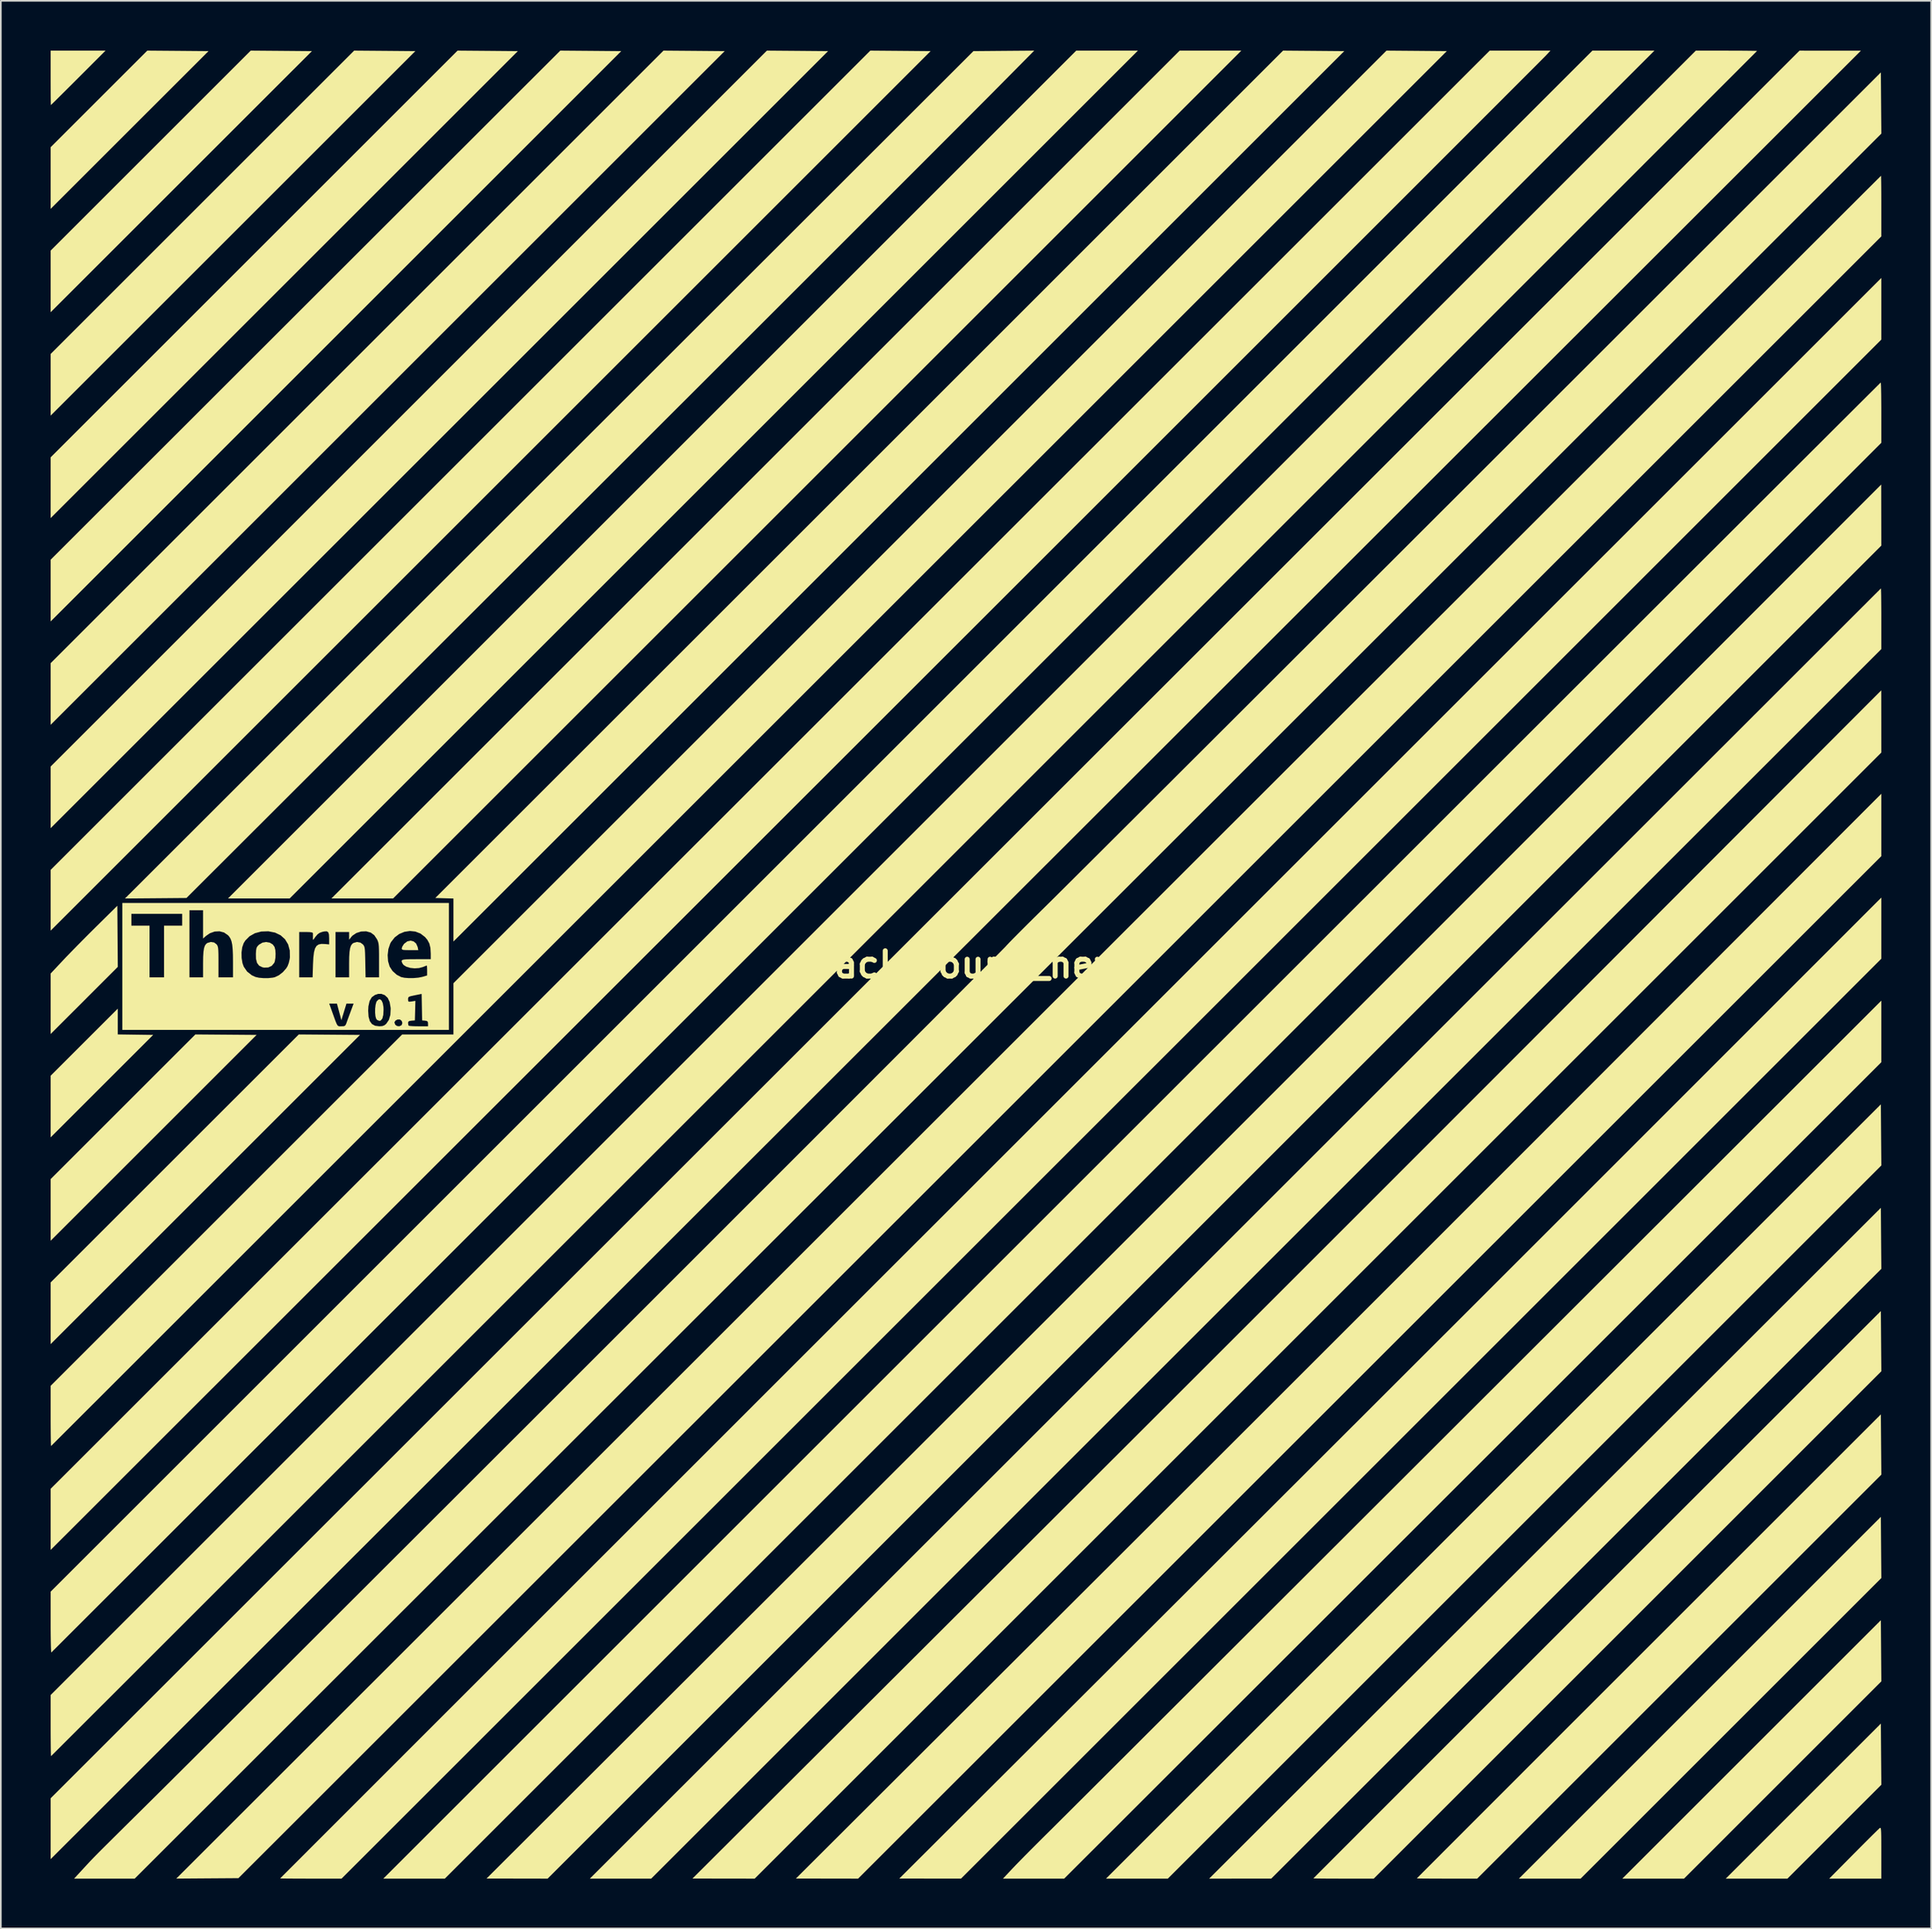
<source format=kicad_pcb>
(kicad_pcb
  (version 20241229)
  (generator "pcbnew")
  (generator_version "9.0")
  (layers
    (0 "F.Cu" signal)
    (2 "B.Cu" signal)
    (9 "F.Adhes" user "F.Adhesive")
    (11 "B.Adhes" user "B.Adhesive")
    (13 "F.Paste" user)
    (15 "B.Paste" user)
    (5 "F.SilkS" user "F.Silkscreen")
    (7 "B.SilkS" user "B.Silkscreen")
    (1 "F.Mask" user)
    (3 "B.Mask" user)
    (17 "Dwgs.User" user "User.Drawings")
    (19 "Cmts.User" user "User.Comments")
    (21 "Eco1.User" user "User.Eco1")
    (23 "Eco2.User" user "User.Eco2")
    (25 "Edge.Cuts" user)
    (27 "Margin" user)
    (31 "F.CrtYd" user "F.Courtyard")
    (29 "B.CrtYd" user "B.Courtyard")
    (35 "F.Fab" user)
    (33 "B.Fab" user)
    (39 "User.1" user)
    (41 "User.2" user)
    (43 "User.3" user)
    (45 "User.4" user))
  (footprint "background_new"
    (layer "F.Cu")
    (at 55.115 55.062)
    (property "Reference" "background_new" (at 0 0 0) (layer "F.SilkS") (effects (font (size 1.524 1.524) (thickness 0.3))))
    (attr board_only exclude_from_pos_files exclude_from_bom)
    (fp_poly (pts (xy -40.722 -3.988) (xy -44.436 -3.988) (xy -18.9 -29.524) (xy 6.637 -55.061) (xy 10.351 -55.061)) (stroke (width 0) (type solid)) (fill yes) (layer "F.SilkS"))
    (fp_poly (pts (xy -16.373 -55.048) (xy -14.53 -55.033) (xy -55.115 -14.448) (xy -55.115 -18.162) (xy -18.215 -55.062)) (stroke (width 0) (type solid)) (fill yes) (layer "F.SilkS"))
    (fp_poly (pts (xy -8.958 -29.524) (xy -34.495 -3.988) (xy -38.209 -3.988) (xy 12.864 -55.061) (xy 16.578 -55.061)) (stroke (width 0) (type solid)) (fill yes) (layer "F.SilkS"))
    (fp_poly (pts (xy -42.715 4.233) (xy -48.915 10.433) (xy -55.115 16.633) (xy -55.115 12.918) (xy -50.758 8.561) (xy -46.401 4.205)) (stroke (width 0) (type solid)) (fill yes) (layer "F.SilkS"))
    (fp_poly (pts (xy -41.226 -55.048) (xy -39.383 -55.033) (xy -47.249 -47.168) (xy -55.115 -39.302) (xy -55.115 -43.016) (xy -43.069 -55.062)) (stroke (width 0) (type solid)) (fill yes) (layer "F.SilkS"))
    (fp_poly (pts (xy -36.488 4.233) (xy -45.802 13.547) (xy -55.115 22.86) (xy -55.115 19.145) (xy -47.645 11.675) (xy -40.174 4.205)) (stroke (width 0) (type solid)) (fill yes) (layer "F.SilkS"))
    (fp_poly (pts (xy -34.999 -55.048) (xy -33.156 -55.033) (xy -55.115 -33.075) (xy -55.115 -36.789) (xy -45.979 -45.926) (xy -36.842 -55.062)) (stroke (width 0) (type solid)) (fill yes) (layer "F.SilkS"))
    (fp_poly (pts (xy -28.799 -55.048) (xy -26.984 -55.033) (xy -55.115 -26.902) (xy -55.115 -30.562) (xy -42.865 -42.812) (xy -30.615 -55.062)) (stroke (width 0) (type solid)) (fill yes) (layer "F.SilkS"))
    (fp_poly (pts (xy -10.146 -55.048) (xy -8.303 -55.033) (xy -31.709 -31.627) (xy -55.115 -8.221) (xy -55.115 -11.935) (xy -11.988 -55.062)) (stroke (width 0) (type solid)) (fill yes) (layer "F.SilkS"))
    (fp_poly (pts (xy -3.946 -55.048) (xy -2.13 -55.033) (xy -55.115 -2.048) (xy -55.115 -5.708) (xy -30.438 -30.385) (xy -5.761 -55.062)) (stroke (width 0) (type solid)) (fill yes) (layer "F.SilkS"))
    (fp_poly (pts (xy 55.102 35.108) (xy 55.117 36.951) (xy 46.062 46.006) (xy 37.008 55.061) (xy 33.293 55.061) (xy 55.088 33.266)) (stroke (width 0) (type solid)) (fill yes) (layer "F.SilkS"))
    (fp_poly (pts (xy 55.102 16.488) (xy 55.117 18.326) (xy 18.381 55.059) (xy 16.512 55.06) (xy 14.642 55.061) (xy 55.088 14.649)) (stroke (width 0) (type solid)) (fill yes) (layer "F.SilkS"))
    (fp_poly (pts (xy 55.117 43.178) (xy 49.176 49.119) (xy 43.235 55.061) (xy 39.52 55.061) (xy 47.304 47.277) (xy 55.088 39.493)) (stroke (width 0) (type solid)) (fill yes) (layer "F.SilkS"))
    (fp_poly (pts (xy -47.453 -55.048) (xy -45.61 -55.033) (xy -50.363 -50.281) (xy -55.115 -45.529) (xy -55.115 -49.244) (xy -52.206 -52.153) (xy -49.296 -55.062)) (stroke (width 0) (type solid)) (fill yes) (layer "F.SilkS"))
    (fp_poly (pts (xy -22.592 -55.048) (xy -20.757 -55.033) (xy -37.936 -37.854) (xy -55.115 -20.675) (xy -55.115 -24.395) (xy -39.771 -39.729) (xy -24.428 -55.062)) (stroke (width 0) (type solid)) (fill yes) (layer "F.SilkS"))
    (fp_poly (pts (xy 55.102 10.257) (xy 55.117 12.098) (xy 33.635 33.579) (xy 12.154 55.061) (xy 8.431 55.061) (xy 31.759 31.738) (xy 55.088 8.416)) (stroke (width 0) (type solid)) (fill yes) (layer "F.SilkS"))
    (fp_poly (pts (xy 55.102 47.562) (xy 55.117 49.405) (xy 52.289 52.233) (xy 49.462 55.061) (xy 45.748 55.061) (xy 50.418 50.39) (xy 55.088 45.72)) (stroke (width 0) (type solid)) (fill yes) (layer "F.SilkS"))
    (fp_poly (pts (xy -51.073 4.204) (xy -50.008 4.219) (xy -48.942 4.233) (xy -52.029 7.319) (xy -55.115 10.405) (xy -55.115 6.691) (xy -53.094 4.67) (xy -51.073 2.65)) (stroke (width 0) (type solid)) (fill yes) (layer "F.SilkS"))
    (fp_poly (pts (xy 20.935 -55.048) (xy 22.778 -55.033) (xy -4.042 -28.213) (xy -30.862 -1.393) (xy -30.862 -3.984) (xy -31.955 -4.015) (xy -6.431 -29.538) (xy 19.092 -55.062)) (stroke (width 0) (type solid)) (fill yes) (layer "F.SilkS"))
    (fp_poly (pts (xy -51.072 0.135) (xy -53.093 2.157) (xy -55.115 4.179) (xy -55.115 0.535) (xy -54.392 -0.237) (xy -54.164 -0.477) (xy -53.875 -0.775) (xy -53.543 -1.115) (xy -53.186 -1.477) (xy -52.82 -1.845) (xy -52.463 -2.2) (xy -52.384 -2.278) (xy -51.1 -3.547)) (stroke (width 0) (type solid)) (fill yes) (layer "F.SilkS"))
    (fp_poly (pts (xy -33.257 -1.398) (xy -33.107 -1.268) (xy -33.017 -1.062) (xy -33.014 -1.051) (xy -32.979 -0.874) (xy -33.477 -0.874) (xy -33.713 -0.876) (xy -33.86 -0.884) (xy -33.939 -0.904) (xy -33.971 -0.939) (xy -33.976 -0.982) (xy -33.941 -1.089) (xy -33.854 -1.225) (xy -33.819 -1.267) (xy -33.637 -1.404) (xy -33.441 -1.446)) (stroke (width 0) (type solid)) (fill yes) (layer "F.SilkS"))
    (fp_poly (pts (xy -53.449 -53.422) (xy -53.797 -53.074) (xy -54.12 -52.752) (xy -54.411 -52.463) (xy -54.661 -52.214) (xy -54.862 -52.015) (xy -55.007 -51.873) (xy -55.088 -51.795) (xy -55.101 -51.783) (xy -55.105 -51.836) (xy -55.108 -51.984) (xy -55.111 -52.215) (xy -55.113 -52.515) (xy -55.114 -52.871) (xy -55.115 -53.269) (xy -55.115 -53.422) (xy -55.115 -55.061) (xy -51.811 -55.061)) (stroke (width 0) (type solid)) (fill yes) (layer "F.SilkS"))
    (fp_poly (pts (xy -35.184 2.169) (xy -35.115 2.328) (xy -35.076 2.558) (xy -35.069 2.709) (xy -35.087 3.03) (xy -35.143 3.249) (xy -35.237 3.365) (xy -35.318 3.387) (xy -35.452 3.337) (xy -35.513 3.264) (xy -35.558 3.111) (xy -35.578 2.895) (xy -35.576 2.653) (xy -35.551 2.427) (xy -35.505 2.254) (xy -35.484 2.213) (xy -35.376 2.102) (xy -35.273 2.091)) (stroke (width 0) (type solid)) (fill yes) (layer "F.SilkS"))
    (fp_poly (pts (xy 55.069 52.008) (xy 55.086 52.05) (xy 55.098 52.136) (xy 55.106 52.279) (xy 55.111 52.49) (xy 55.114 52.779) (xy 55.115 53.157) (xy 55.115 53.503) (xy 55.115 55.061) (xy 51.977 55.061) (xy 53.45 53.572) (xy 53.783 53.237) (xy 54.094 52.924) (xy 54.375 52.644) (xy 54.616 52.404) (xy 54.81 52.214) (xy 54.946 52.082) (xy 55.015 52.018) (xy 55.02 52.014) (xy 55.047 52)) (stroke (width 0) (type solid)) (fill yes) (layer "F.SilkS"))
    (fp_poly (pts (xy -41.921 -1.324) (xy -41.738 -1.212) (xy -41.634 -1.067) (xy -41.588 -0.891) (xy -41.571 -0.657) (xy -41.581 -0.412) (xy -41.617 -0.2) (xy -41.651 -0.108) (xy -41.801 0.072) (xy -42.011 0.17) (xy -42.264 0.179) (xy -42.376 0.155) (xy -42.565 0.061) (xy -42.688 -0.104) (xy -42.751 -0.348) (xy -42.758 -0.648) (xy -42.745 -0.86) (xy -42.721 -0.997) (xy -42.675 -1.092) (xy -42.595 -1.179) (xy -42.563 -1.207) (xy -42.363 -1.326) (xy -42.139 -1.363)) (stroke (width 0) (type solid)) (fill yes) (layer "F.SilkS"))
    (fp_poly (pts (xy 55.115 -6.535) (xy 24.309 24.263) (xy -6.497 55.061) (xy -8.369 55.058) (xy -10.242 55.056) (xy 6.145 38.7) (xy 7.463 37.384) (xy 8.851 35.999) (xy 10.3 34.551) (xy 11.804 33.049) (xy 13.356 31.498) (xy 14.948 29.908) (xy 16.573 28.284) (xy 18.223 26.635) (xy 19.891 24.967) (xy 21.571 23.288) (xy 23.254 21.605) (xy 24.934 19.925) (xy 26.603 18.256) (xy 28.253 16.605) (xy 29.878 14.979) (xy 31.471 13.386) (xy 33.023 11.833) (xy 34.528 10.327) (xy 35.978 8.875) (xy 37.366 7.485) (xy 38.685 6.164) (xy 38.824 6.025) (xy 55.115 -10.293)) (stroke (width 0) (type solid)) (fill yes) (layer "F.SilkS"))
    (fp_poly (pts (xy 55.115 -2.197) (xy 55.115 -0.355) (xy 27.408 27.352) (xy -0.3 55.06) (xy -2.158 55.058) (xy -4.015 55.056) (xy 10.788 40.28) (xy 12.043 39.027) (xy 13.368 37.704) (xy 14.754 36.32) (xy 16.194 34.882) (xy 17.68 33.398) (xy 19.204 31.875) (xy 20.76 30.321) (xy 22.338 28.743) (xy 23.933 27.15) (xy 25.534 25.549) (xy 27.136 23.948) (xy 28.73 22.355) (xy 30.309 20.777) (xy 31.865 19.221) (xy 33.39 17.696) (xy 34.877 16.21) (xy 36.317 14.769) (xy 37.704 13.382) (xy 39.029 12.057) (xy 40.285 10.8) (xy 40.353 10.732) (xy 55.115 -4.039)) (stroke (width 0) (type solid)) (fill yes) (layer "F.SilkS"))
    (fp_poly (pts (xy 55.114 -14.649) (xy 55.115 -12.775) (xy 21.196 21.143) (xy -12.723 55.061) (xy -16.469 55.056) (xy 1.284 37.341) (xy 2.64 35.987) (xy 4.066 34.563) (xy 5.556 33.075) (xy 7.103 31.531) (xy 8.699 29.936) (xy 10.338 28.299) (xy 12.013 26.625) (xy 13.717 24.922) (xy 15.443 23.196) (xy 17.185 21.455) (xy 18.935 19.705) (xy 20.687 17.953) (xy 22.433 16.206) (xy 24.168 14.471) (xy 25.884 12.754) (xy 27.574 11.063) (xy 29.231 9.404) (xy 30.849 7.785) (xy 32.421 6.211) (xy 33.939 4.691) (xy 35.398 3.23) (xy 36.789 1.836) (xy 37.074 1.551) (xy 55.112 -16.524)) (stroke (width 0) (type solid)) (fill yes) (layer "F.SilkS"))
    (fp_poly (pts (xy 55.115 -25.243) (xy 14.963 14.909) (xy -25.19 55.061) (xy -27.029 55.058) (xy -28.869 55.055) (xy -8.166 34.38) (xy -6.715 32.931) (xy -5.193 31.41) (xy -3.606 29.825) (xy -1.961 28.181) (xy -0.263 26.485) (xy 1.48 24.742) (xy 3.263 22.96) (xy 5.08 21.145) (xy 6.923 19.301) (xy 8.788 17.437) (xy 10.667 15.558) (xy 12.555 13.671) (xy 14.444 11.781) (xy 16.33 9.895) (xy 18.205 8.019) (xy 20.064 6.16) (xy 21.9 4.324) (xy 23.707 2.516) (xy 25.478 0.744) (xy 27.208 -0.987) (xy 28.89 -2.671) (xy 30.518 -4.3) (xy 32.085 -5.869) (xy 33.586 -7.372) (xy 33.823 -7.609) (xy 55.109 -28.923)) (stroke (width 0) (type solid)) (fill yes) (layer "F.SilkS"))
    (fp_poly (pts (xy 1.468 -52.393) (xy 1.273 -52.197) (xy 1.004 -51.927) (xy 0.662 -51.584) (xy 0.251 -51.171) (xy -0.228 -50.691) (xy -0.772 -50.146) (xy -1.379 -49.538) (xy -2.045 -48.871) (xy -2.769 -48.146) (xy -3.549 -47.367) (xy -4.381 -46.535) (xy -5.263 -45.652) (xy -6.192 -44.722) (xy -7.167 -43.747) (xy -8.185 -42.73) (xy -9.243 -41.672) (xy -10.339 -40.576) (xy -11.47 -39.445) (xy -12.634 -38.282) (xy -13.829 -37.088) (xy -15.051 -35.866) (xy -16.299 -34.619) (xy -17.571 -33.349) (xy -18.862 -32.058) (xy -20.172 -30.749) (xy -21.497 -29.425) (xy -22.836 -28.088) (xy -24.056 -26.87) (xy -46.937 -4.015) (xy -48.788 -4) (xy -50.639 -3.986) (xy -25.095 -29.51) (xy 0.449 -55.033) (xy 2.28 -55.048) (xy 4.11 -55.062)) (stroke (width 0) (type solid)) (fill yes) (layer "F.SilkS"))
    (fp_poly (pts (xy 55.102 28.909) (xy 55.117 30.724) (xy 42.949 42.892) (xy 30.781 55.061) (xy 28.964 55.061) (xy 28.531 55.06) (xy 28.135 55.059) (xy 27.789 55.057) (xy 27.505 55.055) (xy 27.295 55.052) (xy 27.174 55.048) (xy 27.148 55.046) (xy 27.186 55.006) (xy 27.299 54.893) (xy 27.483 54.707) (xy 27.737 54.452) (xy 28.057 54.131) (xy 28.441 53.747) (xy 28.885 53.301) (xy 29.388 52.798) (xy 29.947 52.238) (xy 30.558 51.626) (xy 31.219 50.965) (xy 31.928 50.255) (xy 32.681 49.502) (xy 33.476 48.706) (xy 34.31 47.871) (xy 35.181 47) (xy 36.085 46.095) (xy 37.021 45.159) (xy 37.985 44.195) (xy 38.974 43.206) (xy 39.986 42.194) (xy 41.019 41.161) (xy 41.118 41.062) (xy 55.088 27.093)) (stroke (width 0) (type solid)) (fill yes) (layer "F.SilkS"))
    (fp_poly (pts (xy 55.102 22.683) (xy 55.117 24.497) (xy 39.835 39.779) (xy 24.553 55.061) (xy 22.737 55.061) (xy 22.304 55.06) (xy 21.908 55.059) (xy 21.562 55.057) (xy 21.277 55.054) (xy 21.068 55.051) (xy 20.947 55.047) (xy 20.921 55.044) (xy 20.959 55.005) (xy 21.072 54.891) (xy 21.257 54.704) (xy 21.513 54.448) (xy 21.835 54.125) (xy 22.223 53.736) (xy 22.673 53.285) (xy 23.184 52.774) (xy 23.751 52.205) (xy 24.374 51.582) (xy 25.05 50.906) (xy 25.776 50.179) (xy 26.549 49.405) (xy 27.368 48.586) (xy 28.23 47.724) (xy 29.132 46.821) (xy 30.072 45.881) (xy 31.047 44.905) (xy 32.056 43.897) (xy 33.095 42.858) (xy 34.162 41.791) (xy 35.254 40.698) (xy 36.37 39.582) (xy 37.507 38.446) (xy 38.004 37.948) (xy 55.088 20.869)) (stroke (width 0) (type solid)) (fill yes) (layer "F.SilkS"))
    (fp_poly (pts (xy 52.037 -55.059) (xy 53.886 -55.058) (xy 13.874 -15.067) (xy 12.028 -13.221) (xy 10.172 -11.366) (xy 8.309 -9.505) (xy 6.442 -7.638) (xy 4.573 -5.771) (xy 2.705 -3.903) (xy 0.839 -2.039) (xy -1.02 -0.181) (xy -2.871 1.67) (xy -4.712 3.51) (xy -6.54 5.336) (xy -8.352 7.148) (xy -10.146 8.941) (xy -11.92 10.714) (xy -13.671 12.463) (xy -15.396 14.187) (xy -17.093 15.884) (xy -18.76 17.55) (xy -20.393 19.182) (xy -21.992 20.78) (xy -23.552 22.34) (xy -25.072 23.859) (xy -26.549 25.335) (xy -27.981 26.766) (xy -29.365 28.15) (xy -30.699 29.483) (xy -31.98 30.763) (xy -33.205 31.988) (xy -34.373 33.155) (xy -35.481 34.262) (xy -36.526 35.306) (xy -37.505 36.285) (xy -38.417 37.197) (xy -39.259 38.038) (xy -40.028 38.807) (xy -40.626 39.405) (xy -55.115 53.886) (xy -55.115 50.219) (xy 50.189 -55.061)) (stroke (width 0) (type solid)) (fill yes) (layer "F.SilkS"))
    (fp_poly (pts (xy 55.115 5.879) (xy 30.514 30.47) (xy 5.912 55.061) (xy 2.227 55.061) (xy 2.83 54.419) (xy 3.013 54.227) (xy 3.261 53.973) (xy 3.558 53.67) (xy 3.892 53.333) (xy 4.249 52.975) (xy 4.614 52.611) (xy 4.898 52.329) (xy 5.02 52.209) (xy 5.217 52.013) (xy 5.486 51.745) (xy 5.826 51.406) (xy 6.235 50.999) (xy 6.709 50.525) (xy 7.248 49.988) (xy 7.848 49.389) (xy 8.508 48.731) (xy 9.225 48.015) (xy 9.997 47.245) (xy 10.821 46.421) (xy 11.696 45.547) (xy 12.62 44.625) (xy 13.59 43.657) (xy 14.603 42.645) (xy 15.658 41.591) (xy 16.753 40.498) (xy 17.884 39.368) (xy 19.051 38.203) (xy 20.25 37.005) (xy 21.48 35.776) (xy 22.738 34.52) (xy 24.022 33.237) (xy 25.33 31.93) (xy 26.66 30.602) (xy 28.009 29.254) (xy 29.375 27.889) (xy 30.739 26.526) (xy 55.115 2.17)) (stroke (width 0) (type solid)) (fill yes) (layer "F.SilkS"))
    (fp_poly (pts (xy 34.926 -54.774) (xy 34.877 -54.724) (xy 34.752 -54.598) (xy 34.552 -54.397) (xy 34.28 -54.124) (xy 33.937 -53.781) (xy 33.524 -53.367) (xy 33.043 -52.885) (xy 32.495 -52.337) (xy 31.883 -51.724) (xy 31.206 -51.048) (xy 30.468 -50.309) (xy 29.67 -49.51) (xy 28.812 -48.652) (xy 27.898 -47.737) (xy 26.927 -46.766) (xy 25.902 -45.741) (xy 24.824 -44.663) (xy 23.695 -43.534) (xy 22.516 -42.355) (xy 21.289 -41.127) (xy 20.016 -39.854) (xy 18.697 -38.535) (xy 17.335 -37.172) (xy 15.93 -35.768) (xy 14.485 -34.323) (xy 13.001 -32.839) (xy 11.479 -31.317) (xy 9.922 -29.76) (xy 8.33 -28.168) (xy 6.705 -26.543) (xy 5.049 -24.887) (xy 3.362 -23.201) (xy 1.648 -21.487) (xy -0.093 -19.746) (xy -1.86 -17.98) (xy -3.65 -16.19) (xy -5.463 -14.378) (xy -7.296 -12.546) (xy -9.148 -10.694) (xy -10.228 -9.614) (xy -55.115 35.259) (xy -55.115 31.576) (xy -11.791 -11.742) (xy 31.533 -55.061) (xy 35.194 -55.061)) (stroke (width 0) (type solid)) (fill yes) (layer "F.SilkS"))
    (fp_poly (pts (xy 55.097 -22.617) (xy 55.102 -22.473) (xy 55.107 -22.245) (xy 55.11 -21.945) (xy 55.113 -21.585) (xy 55.115 -21.178) (xy 55.115 -20.848) (xy 55.115 -19.01) (xy 18.079 18.025) (xy -18.956 55.061) (xy -22.649 55.061) (xy 16.209 16.21) (xy 17.94 14.479) (xy 19.652 12.767) (xy 21.344 11.075) (xy 23.014 9.405) (xy 24.661 7.759) (xy 26.282 6.139) (xy 27.876 4.545) (xy 29.441 2.98) (xy 30.977 1.444) (xy 32.48 -0.059) (xy 33.951 -1.529) (xy 35.386 -2.964) (xy 36.784 -4.362) (xy 38.144 -5.721) (xy 39.464 -7.041) (xy 40.743 -8.319) (xy 41.978 -9.554) (xy 43.168 -10.744) (xy 44.312 -11.888) (xy 45.408 -12.984) (xy 46.454 -14.029) (xy 47.448 -15.024) (xy 48.39 -15.965) (xy 49.277 -16.852) (xy 50.107 -17.682) (xy 50.88 -18.455) (xy 51.593 -19.168) (xy 52.245 -19.819) (xy 52.834 -20.408) (xy 53.359 -20.933) (xy 53.818 -21.391) (xy 54.209 -21.782) (xy 54.53 -22.104) (xy 54.781 -22.354) (xy 54.959 -22.532) (xy 55.063 -22.636) (xy 55.091 -22.664)) (stroke (width 0) (type solid)) (fill yes) (layer "F.SilkS"))
    (fp_poly (pts (xy 55.089 -35.016) (xy 55.097 -34.867) (xy 55.103 -34.634) (xy 55.109 -34.33) (xy 55.112 -33.967) (xy 55.115 -33.559) (xy 55.115 -33.252) (xy 55.115 -31.436) (xy 11.867 11.812) (xy -31.381 55.061) (xy -35.085 55.061) (xy 9.981 9.996) (xy 11.846 8.131) (xy 13.692 6.285) (xy 15.518 4.459) (xy 17.323 2.655) (xy 19.104 0.874) (xy 20.861 -0.882) (xy 22.591 -2.612) (xy 24.294 -4.314) (xy 25.967 -5.987) (xy 27.61 -7.629) (xy 29.22 -9.239) (xy 30.797 -10.815) (xy 32.338 -12.356) (xy 33.843 -13.86) (xy 35.309 -15.325) (xy 36.736 -16.751) (xy 38.121 -18.135) (xy 39.463 -19.476) (xy 40.761 -20.773) (xy 42.012 -22.024) (xy 43.217 -23.228) (xy 44.372 -24.382) (xy 45.478 -25.486) (xy 46.531 -26.538) (xy 47.53 -27.537) (xy 48.475 -28.48) (xy 49.363 -29.367) (xy 50.193 -30.196) (xy 50.964 -30.965) (xy 51.674 -31.674) (xy 52.32 -32.32) (xy 52.903 -32.901) (xy 53.421 -33.417) (xy 53.871 -33.866) (xy 54.252 -34.246) (xy 54.564 -34.556) (xy 54.804 -34.795) (xy 54.97 -34.96) (xy 55.062 -35.05) (xy 55.081 -35.068)) (stroke (width 0) (type solid)) (fill yes) (layer "F.SilkS"))
    (fp_poly (pts (xy -6.79 -6.833) (xy -8.72 -4.903) (xy -10.632 -2.992) (xy -12.523 -1.101) (xy -14.393 0.768) (xy -16.24 2.614) (xy -18.063 4.436) (xy -19.859 6.232) (xy -21.629 8.001) (xy -23.369 9.741) (xy -25.079 11.451) (xy -26.758 13.128) (xy -28.403 14.773) (xy -30.013 16.383) (xy -31.587 17.957) (xy -33.124 19.493) (xy -34.622 20.99) (xy -36.079 22.447) (xy -37.494 23.862) (xy -38.866 25.233) (xy -40.192 26.559) (xy -41.472 27.839) (xy -42.705 29.071) (xy -43.888 30.253) (xy -45.02 31.385) (xy -46.1 32.465) (xy -47.126 33.491) (xy -48.097 34.461) (xy -49.011 35.375) (xy -49.867 36.231) (xy -50.664 37.028) (xy -51.4 37.763) (xy -52.073 38.436) (xy -52.682 39.045) (xy -53.225 39.588) (xy -53.702 40.064) (xy -54.11 40.472) (xy -54.448 40.811) (xy -54.715 41.078) (xy -54.91 41.272) (xy -55.03 41.392) (xy -55.074 41.436) (xy -55.074 41.437) (xy -55.084 41.394) (xy -55.093 41.254) (xy -55.101 41.03) (xy -55.107 40.732) (xy -55.112 40.375) (xy -55.115 39.969) (xy -55.115 39.625) (xy -55.115 37.772) (xy -8.699 -8.644) (xy 37.718 -55.061) (xy 41.453 -55.061)) (stroke (width 0) (type solid)) (fill yes) (layer "F.SilkS"))
    (fp_poly (pts (xy 55.115 -37.653) (xy 8.758 8.704) (xy -37.599 55.061) (xy -39.447 55.061) (xy -39.884 55.06) (xy -40.284 55.059) (xy -40.635 55.057) (xy -40.923 55.055) (xy -41.137 55.052) (xy -41.264 55.049) (xy -41.294 55.047) (xy -41.256 55.008) (xy -41.142 54.893) (xy -40.953 54.704) (xy -40.692 54.442) (xy -40.359 54.109) (xy -39.956 53.706) (xy -39.485 53.234) (xy -38.947 52.696) (xy -38.343 52.092) (xy -37.675 51.423) (xy -36.945 50.693) (xy -36.153 49.901) (xy -35.302 49.049) (xy -34.392 48.139) (xy -33.426 47.172) (xy -32.405 46.151) (xy -31.329 45.075) (xy -30.201 43.947) (xy -29.023 42.768) (xy -27.795 41.54) (xy -26.518 40.263) (xy -25.196 38.94) (xy -23.828 37.573) (xy -22.417 36.161) (xy -20.964 34.708) (xy -19.47 33.214) (xy -17.936 31.68) (xy -16.365 30.109) (xy -14.758 28.502) (xy -13.116 26.86) (xy -11.441 25.184) (xy -9.734 23.477) (xy -7.996 21.74) (xy -6.23 19.973) (xy -4.436 18.179) (xy -2.615 16.359) (xy -0.771 14.515) (xy 1.097 12.647) (xy 2.986 10.758) (xy 4.896 8.848) (xy 6.824 6.92) (xy 6.911 6.833) (xy 55.115 -41.367)) (stroke (width 0) (type solid)) (fill yes) (layer "F.SilkS"))
    (fp_poly (pts (xy 27.136 -55.048) (xy 28.952 -55.033) (xy -13.057 -13.028) (xy -14.857 -11.228) (xy -16.639 -9.446) (xy -18.4 -7.685) (xy -20.139 -5.946) (xy -21.855 -4.23) (xy -23.547 -2.539) (xy -25.211 -0.874) (xy -26.847 0.762) (xy -28.454 2.368) (xy -30.03 3.944) (xy -31.572 5.486) (xy -33.081 6.995) (xy -34.553 8.467) (xy -35.988 9.901) (xy -37.384 11.297) (xy -38.739 12.652) (xy -40.052 13.965) (xy -41.321 15.233) (xy -42.544 16.457) (xy -43.721 17.634) (xy -44.849 18.762) (xy -45.927 19.84) (xy -46.954 20.866) (xy -47.927 21.839) (xy -48.846 22.757) (xy -49.708 23.619) (xy -50.512 24.424) (xy -51.257 25.168) (xy -51.94 25.852) (xy -52.561 26.472) (xy -53.118 27.029) (xy -53.609 27.52) (xy -54.033 27.944) (xy -54.388 28.298) (xy -54.672 28.582) (xy -54.884 28.795) (xy -55.023 28.933) (xy -55.086 28.996) (xy -55.09 29.001) (xy -55.096 28.954) (xy -55.102 28.81) (xy -55.106 28.582) (xy -55.11 28.282) (xy -55.113 27.922) (xy -55.115 27.516) (xy -55.115 27.198) (xy -55.115 25.373) (xy -44.532 14.789) (xy -33.948 4.206) (xy -30.862 4.206) (xy -30.862 1.12) (xy -2.771 -26.971) (xy 25.32 -55.062)) (stroke (width 0) (type solid)) (fill yes) (layer "F.SilkS"))
    (fp_poly (pts (xy 55.102 -47.47) (xy 55.105 -47.321) (xy 55.109 -47.088) (xy 55.112 -46.784) (xy 55.114 -46.42) (xy 55.115 -46.011) (xy 55.115 -45.696) (xy 55.115 -43.87) (xy 5.653 5.582) (xy -43.809 55.033) (xy -45.679 55.045) (xy -47.55 55.058) (xy 3.765 3.767) (xy 5.755 1.778) (xy 7.728 -0.193) (xy 9.68 -2.145) (xy 11.611 -4.074) (xy 13.519 -5.981) (xy 15.402 -7.864) (xy 17.26 -9.721) (xy 19.091 -11.551) (xy 20.894 -13.352) (xy 22.666 -15.124) (xy 24.408 -16.864) (xy 26.116 -18.571) (xy 27.79 -20.244) (xy 29.429 -21.882) (xy 31.031 -23.482) (xy 32.594 -25.045) (xy 34.117 -26.567) (xy 35.599 -28.048) (xy 37.038 -29.486) (xy 38.434 -30.88) (xy 39.783 -32.229) (xy 41.086 -33.53) (xy 42.34 -34.784) (xy 43.545 -35.987) (xy 44.698 -37.139) (xy 45.799 -38.239) (xy 46.846 -39.285) (xy 47.837 -40.275) (xy 48.771 -41.208) (xy 49.647 -42.083) (xy 50.463 -42.898) (xy 51.218 -43.652) (xy 51.911 -44.344) (xy 52.539 -44.971) (xy 53.102 -45.533) (xy 53.598 -46.029) (xy 54.026 -46.456) (xy 54.385 -46.813) (xy 54.672 -47.1) (xy 54.886 -47.313) (xy 55.027 -47.453) (xy 55.093 -47.518) (xy 55.097 -47.523)) (stroke (width 0) (type solid)) (fill yes) (layer "F.SilkS"))
    (fp_poly (pts (xy 46.225 -55.06) (xy 46.624 -55.059) (xy 46.974 -55.056) (xy 47.262 -55.053) (xy 47.476 -55.05) (xy 47.602 -55.046) (xy 47.632 -55.042) (xy 47.593 -55.004) (xy 47.48 -54.889) (xy 47.292 -54.701) (xy 47.032 -54.441) (xy 46.702 -54.111) (xy 46.304 -53.712) (xy 45.838 -53.246) (xy 45.307 -52.715) (xy 44.713 -52.12) (xy 44.057 -51.464) (xy 43.342 -50.748) (xy 42.568 -49.974) (xy 41.737 -49.143) (xy 40.852 -48.258) (xy 39.914 -47.319) (xy 38.924 -46.329) (xy 37.885 -45.29) (xy 36.798 -44.202) (xy 35.665 -43.069) (xy 34.487 -41.891) (xy 33.267 -40.671) (xy 32.006 -39.41) (xy 30.706 -38.109) (xy 29.368 -36.771) (xy 27.995 -35.397) (xy 26.587 -33.99) (xy 25.147 -32.55) (xy 23.677 -31.079) (xy 22.178 -29.58) (xy 20.652 -28.054) (xy 19.1 -26.502) (xy 17.525 -24.926) (xy 15.928 -23.329) (xy 14.311 -21.712) (xy 12.675 -20.076) (xy 11.022 -18.423) (xy 9.355 -16.756) (xy 7.674 -15.075) (xy 5.982 -13.383) (xy 4.28 -11.681) (xy 2.57 -9.971) (xy 0.854 -8.254) (xy -0.867 -6.533) (xy -2.591 -4.809) (xy -4.316 -3.084) (xy -6.041 -1.36) (xy -7.763 0.362) (xy -9.481 2.08) (xy -11.193 3.792) (xy -12.898 5.497) (xy -14.593 7.193) (xy -16.278 8.877) (xy -17.95 10.549) (xy -19.607 12.206) (xy -21.248 13.848) (xy -22.872 15.471) (xy -24.475 17.074) (xy -26.058 18.657) (xy -27.617 20.216) (xy -29.152 21.75) (xy -30.66 23.258) (xy -32.14 24.738) (xy -33.589 26.188) (xy -35.007 27.605) (xy -36.392 28.99) (xy -37.741 30.339) (xy -39.054 31.651) (xy -40.328 32.925) (xy -41.561 34.158) (xy -42.752 35.349) (xy -43.9 36.497) (xy -45.002 37.598) (xy -46.057 38.653) (xy -47.062 39.658) (xy -48.017 40.613) (xy -48.919 41.515) (xy -49.768 42.363) (xy -50.56 43.155) (xy -51.294 43.889) (xy -51.97 44.564) (xy -52.584 45.177) (xy -53.135 45.728) (xy -53.621 46.215) (xy -54.042 46.634) (xy -54.394 46.986) (xy -54.676 47.268) (xy -54.887 47.479) (xy -55.025 47.616) (xy -55.088 47.678) (xy -55.091 47.682) (xy -55.097 47.635) (xy -55.102 47.491) (xy -55.107 47.263) (xy -55.11 46.962) (xy -55.113 46.601) (xy -55.115 46.193) (xy -55.115 45.852) (xy -55.115 43.999) (xy -5.585 -5.531) (xy 43.945 -55.061) (xy 45.788 -55.061)) (stroke (width 0) (type solid)) (fill yes) (layer "F.SilkS"))
    (fp_poly (pts (xy 55.102 -51.906) (xy 55.117 -50.063) (xy 2.531 2.499) (xy -50.055 55.061) (xy -53.703 55.061) (xy -53.139 54.448) (xy -53.026 54.325) (xy -52.924 54.215) (xy -52.829 54.112) (xy -52.733 54.009) (xy -52.631 53.903) (xy -52.518 53.786) (xy -52.388 53.653) (xy -52.235 53.498) (xy -52.054 53.316) (xy -51.838 53.101) (xy -51.582 52.846) (xy -51.281 52.547) (xy -50.929 52.198) (xy -50.52 51.792) (xy -50.048 51.325) (xy -49.507 50.79) (xy -49.133 50.419) (xy -48.844 50.133) (xy -48.489 49.78) (xy -48.069 49.363) (xy -47.588 48.884) (xy -47.047 48.346) (xy -46.449 47.75) (xy -45.797 47.1) (xy -45.094 46.399) (xy -44.34 45.647) (xy -43.54 44.848) (xy -42.694 44.005) (xy -41.807 43.119) (xy -40.88 42.194) (xy -39.916 41.231) (xy -38.917 40.233) (xy -37.885 39.203) (xy -36.824 38.143) (xy -35.735 37.055) (xy -34.621 35.942) (xy -33.484 34.807) (xy -32.327 33.651) (xy -31.153 32.478) (xy -29.963 31.289) (xy -28.761 30.087) (xy -27.548 28.875) (xy -26.327 27.655) (xy -25.101 26.429) (xy -23.872 25.2) (xy -22.643 23.971) (xy -21.415 22.743) (xy -20.191 21.52) (xy -18.975 20.304) (xy -17.768 19.096) (xy -16.572 17.9) (xy -15.39 16.719) (xy -14.226 15.553) (xy -13.08 14.407) (xy -11.955 13.282) (xy -10.855 12.181) (xy -9.781 11.107) (xy -8.736 10.061) (xy -7.722 9.046) (xy -6.742 8.065) (xy -5.798 7.12) (xy -4.892 6.213) (xy -4.028 5.348) (xy -3.207 4.526) (xy -2.433 3.75) (xy -1.706 3.022) (xy -1.031 2.345) (xy -0.409 1.721) (xy 0.157 1.153) (xy 0.666 0.643) (xy 1.113 0.194) (xy 1.497 -0.193) (xy 1.816 -0.514) (xy 2.067 -0.767) (xy 2.247 -0.949) (xy 2.354 -1.059) (xy 2.386 -1.092) (xy 2.461 -1.176) (xy 2.606 -1.329) (xy 2.814 -1.542) (xy 3.077 -1.808) (xy 3.386 -2.118) (xy 3.734 -2.466) (xy 4.114 -2.843) (xy 4.517 -3.241) (xy 4.776 -3.496) (xy 4.94 -3.658) (xy 5.18 -3.895) (xy 5.492 -4.205) (xy 5.874 -4.585) (xy 6.324 -5.033) (xy 6.84 -5.547) (xy 7.419 -6.124) (xy 8.059 -6.761) (xy 8.757 -7.458) (xy 9.512 -8.211) (xy 10.321 -9.017) (xy 11.181 -9.876) (xy 12.091 -10.783) (xy 13.047 -11.738) (xy 14.048 -12.737) (xy 15.092 -13.779) (xy 16.175 -14.861) (xy 17.296 -15.98) (xy 18.452 -17.135) (xy 19.641 -18.323) (xy 20.861 -19.541) (xy 22.109 -20.788) (xy 23.383 -22.061) (xy 24.681 -23.357) (xy 26 -24.675) (xy 27.338 -26.012) (xy 28.693 -27.366) (xy 30.062 -28.734) (xy 31.03 -29.702) (xy 55.088 -53.75)) (stroke (width 0) (type solid)) (fill yes) (layer "F.SilkS"))
    (fp_poly (pts (xy -31.135 3.933) (xy -50.8 3.933) (xy -50.8 2.349) (xy -38.341 2.349) (xy -38.151 2.881) (xy -38.04 3.191) (xy -37.959 3.413) (xy -37.897 3.562) (xy -37.846 3.652) (xy -37.795 3.698) (xy -37.735 3.714) (xy -37.657 3.715) (xy -37.607 3.714) (xy -37.46 3.708) (xy -37.379 3.669) (xy -37.323 3.569) (xy -37.292 3.482) (xy -37.234 3.32) (xy -37.152 3.098) (xy -37.063 2.857) (xy -37.042 2.799) (xy -37.032 2.774) (xy -35.996 2.774) (xy -35.973 3.132) (xy -35.899 3.398) (xy -35.769 3.579) (xy -35.578 3.682) (xy -35.325 3.714) (xy -35.14 3.701) (xy -35.009 3.648) (xy -34.905 3.559) (xy -34.856 3.487) (xy -34.413 3.487) (xy -34.368 3.617) (xy -34.258 3.697) (xy -34.122 3.714) (xy -33.996 3.655) (xy -33.978 3.635) (xy -33.939 3.517) (xy -33.594 3.517) (xy -33.579 3.631) (xy -33.557 3.678) (xy -33.49 3.693) (xy -33.339 3.705) (xy -33.128 3.713) (xy -32.956 3.714) (xy -32.392 3.714) (xy -32.392 3.554) (xy -32.406 3.441) (xy -32.472 3.392) (xy -32.569 3.376) (xy -32.747 3.359) (xy -32.762 2.562) (xy -32.777 1.764) (xy -33.185 1.846) (xy -33.392 1.889) (xy -33.513 1.925) (xy -33.573 1.968) (xy -33.592 2.031) (xy -33.594 2.09) (xy -33.587 2.193) (xy -33.548 2.233) (xy -33.446 2.229) (xy -33.373 2.218) (xy -33.153 2.183) (xy -33.168 2.771) (xy -33.184 3.359) (xy -33.389 3.376) (xy -33.526 3.399) (xy -33.584 3.448) (xy -33.594 3.517) (xy -33.939 3.517) (xy -33.938 3.514) (xy -33.978 3.389) (xy -34.082 3.306) (xy -34.086 3.304) (xy -34.222 3.303) (xy -34.344 3.363) (xy -34.41 3.462) (xy -34.413 3.487) (xy -34.856 3.487) (xy -34.749 3.329) (xy -34.66 3.025) (xy -34.641 2.663) (xy -34.645 2.592) (xy -34.704 2.251) (xy -34.82 2.001) (xy -34.993 1.841) (xy -35.012 1.831) (xy -35.206 1.76) (xy -35.397 1.764) (xy -35.591 1.828) (xy -35.781 1.965) (xy -35.911 2.193) (xy -35.982 2.512) (xy -35.996 2.774) (xy -37.032 2.774) (xy -36.874 2.349) (xy -37.304 2.349) (xy -37.457 2.847) (xy -37.609 3.345) (xy -37.743 2.847) (xy -37.877 2.349) (xy -38.341 2.349) (xy -50.8 2.349) (xy -50.8 -2.349) (xy -50.254 -2.349) (xy -49.161 -2.349) (xy -49.161 0.765) (xy -48.287 0.765) (xy -46.758 0.765) (xy -45.938 0.765) (xy -45.938 -0.056) (xy -45.933 -0.456) (xy -45.915 -0.761) (xy -45.881 -0.985) (xy -45.828 -1.143) (xy -45.753 -1.249) (xy -45.674 -1.307) (xy -45.468 -1.366) (xy -45.273 -1.335) (xy -45.123 -1.222) (xy -45.081 -1.161) (xy -45.051 -1.089) (xy -45.031 -0.989) (xy -45.019 -0.841) (xy -45.012 -0.63) (xy -45.01 -0.335) (xy -45.01 -0.157) (xy -45.01 0.765) (xy -44.136 0.765) (xy -44.136 -0.134) (xy -44.14 -0.577) (xy -44.146 -0.732) (xy -43.622 -0.732) (xy -43.616 -0.402) (xy -43.565 -0.091) (xy -43.488 0.124) (xy -43.285 0.418) (xy -43.002 0.641) (xy -42.784 0.741) (xy -42.572 0.789) (xy -42.298 0.812) (xy -42.007 0.811) (xy -41.743 0.784) (xy -41.655 0.765) (xy -40.148 0.765) (xy -39.343 0.765) (xy -37.963 0.765) (xy -37.144 0.765) (xy -37.144 -0.056) (xy -37.139 -0.456) (xy -37.12 -0.761) (xy -37.086 -0.985) (xy -37.033 -1.143) (xy -36.959 -1.249) (xy -36.879 -1.307) (xy -36.668 -1.365) (xy -36.462 -1.326) (xy -36.321 -1.225) (xy -36.272 -1.168) (xy -36.237 -1.107) (xy -36.212 -1.022) (xy -36.195 -0.897) (xy -36.184 -0.712) (xy -36.176 -0.452) (xy -36.17 -0.16) (xy -36.152 0.765) (xy -35.342 0.765) (xy -35.342 -0.262) (xy -35.342 -0.574) (xy -34.823 -0.574) (xy -34.799 -0.209) (xy -34.704 0.114) (xy -34.703 0.116) (xy -34.529 0.383) (xy -34.281 0.607) (xy -34.017 0.746) (xy -33.817 0.79) (xy -33.549 0.811) (xy -33.252 0.808) (xy -32.967 0.783) (xy -32.73 0.736) (xy -32.729 0.735) (xy -32.446 0.651) (xy -32.446 0.353) (xy -32.45 0.189) (xy -32.459 0.081) (xy -32.467 0.055) (xy -32.526 0.074) (xy -32.646 0.121) (xy -32.684 0.137) (xy -32.93 0.205) (xy -33.199 0.223) (xy -33.463 0.196) (xy -33.693 0.127) (xy -33.862 0.022) (xy -33.92 -0.052) (xy -33.968 -0.15) (xy -33.984 -0.222) (xy -33.955 -0.271) (xy -33.867 -0.302) (xy -33.709 -0.319) (xy -33.468 -0.326) (xy -33.131 -0.328) (xy -33.102 -0.328) (xy -32.228 -0.328) (xy -32.228 -0.669) (xy -32.247 -1.007) (xy -32.312 -1.271) (xy -32.432 -1.495) (xy -32.573 -1.663) (xy -32.845 -1.873) (xy -33.155 -1.993) (xy -33.484 -2.027) (xy -33.813 -1.977) (xy -34.124 -1.848) (xy -34.398 -1.642) (xy -34.617 -1.364) (xy -34.667 -1.271) (xy -34.779 -0.942) (xy -34.823 -0.574) (xy -35.342 -0.574) (xy -35.342 -0.625) (xy -35.346 -0.897) (xy -35.354 -1.097) (xy -35.369 -1.243) (xy -35.392 -1.352) (xy -35.424 -1.444) (xy -35.464 -1.528) (xy -35.63 -1.775) (xy -35.836 -1.929) (xy -36.102 -2.004) (xy -36.128 -2.007) (xy -36.423 -1.996) (xy -36.705 -1.906) (xy -36.937 -1.751) (xy -37.006 -1.675) (xy -37.143 -1.502) (xy -37.143 -1.734) (xy -37.144 -1.966) (xy -37.963 -1.966) (xy -37.963 0.765) (xy -39.343 0.765) (xy -39.318 -0.014) (xy -39.297 -0.427) (xy -39.259 -0.743) (xy -39.198 -0.972) (xy -39.107 -1.126) (xy -38.98 -1.214) (xy -38.811 -1.249) (xy -38.611 -1.243) (xy -38.346 -1.218) (xy -38.346 -1.588) (xy -38.357 -1.818) (xy -38.401 -1.953) (xy -38.493 -2.008) (xy -38.651 -1.998) (xy -38.777 -1.968) (xy -38.925 -1.912) (xy -39.05 -1.82) (xy -39.179 -1.666) (xy -39.261 -1.549) (xy -39.305 -1.494) (xy -39.323 -1.521) (xy -39.323 -1.639) (xy -39.321 -1.788) (xy -39.323 -1.893) (xy -39.323 -1.898) (xy -39.368 -1.937) (xy -39.501 -1.959) (xy -39.731 -1.966) (xy -39.739 -1.966) (xy -40.148 -1.966) (xy -40.148 0.765) (xy -41.655 0.765) (xy -41.615 0.756) (xy -41.371 0.639) (xy -41.13 0.451) (xy -40.93 0.223) (xy -40.851 0.094) (xy -40.779 -0.094) (xy -40.725 -0.322) (xy -40.709 -0.44) (xy -40.717 -0.857) (xy -40.818 -1.223) (xy -41.003 -1.53) (xy -41.267 -1.768) (xy -41.602 -1.93) (xy -42.001 -2.008) (xy -42.01 -2.009) (xy -42.433 -1.995) (xy -42.813 -1.894) (xy -43.137 -1.711) (xy -43.393 -1.454) (xy -43.494 -1.292) (xy -43.581 -1.042) (xy -43.622 -0.732) (xy -44.146 -0.732) (xy -44.155 -0.927) (xy -44.182 -1.198) (xy -44.226 -1.408) (xy -44.288 -1.57) (xy -44.372 -1.7) (xy -44.44 -1.775) (xy -44.673 -1.936) (xy -44.948 -2.009) (xy -45.24 -1.994) (xy -45.528 -1.891) (xy -45.748 -1.74) (xy -45.938 -1.573) (xy -45.938 -3.277) (xy -46.758 -3.277) (xy -46.758 0.765) (xy -48.287 0.765) (xy -48.287 -2.349) (xy -47.195 -2.349) (xy -47.195 -3.059) (xy -50.254 -3.059) (xy -50.254 -2.349) (xy -50.8 -2.349) (xy -50.8 -3.714) (xy -31.135 -3.714)) (stroke (width 0) (type solid)) (fill yes) (layer "F.SilkS")))
  (gr_rect
    (start -3 -3)
    (end 113.232 113.123)
    (stroke (width 0.1) (type default))
    (fill no)
    (layer "Edge.Cuts")))
</source>
